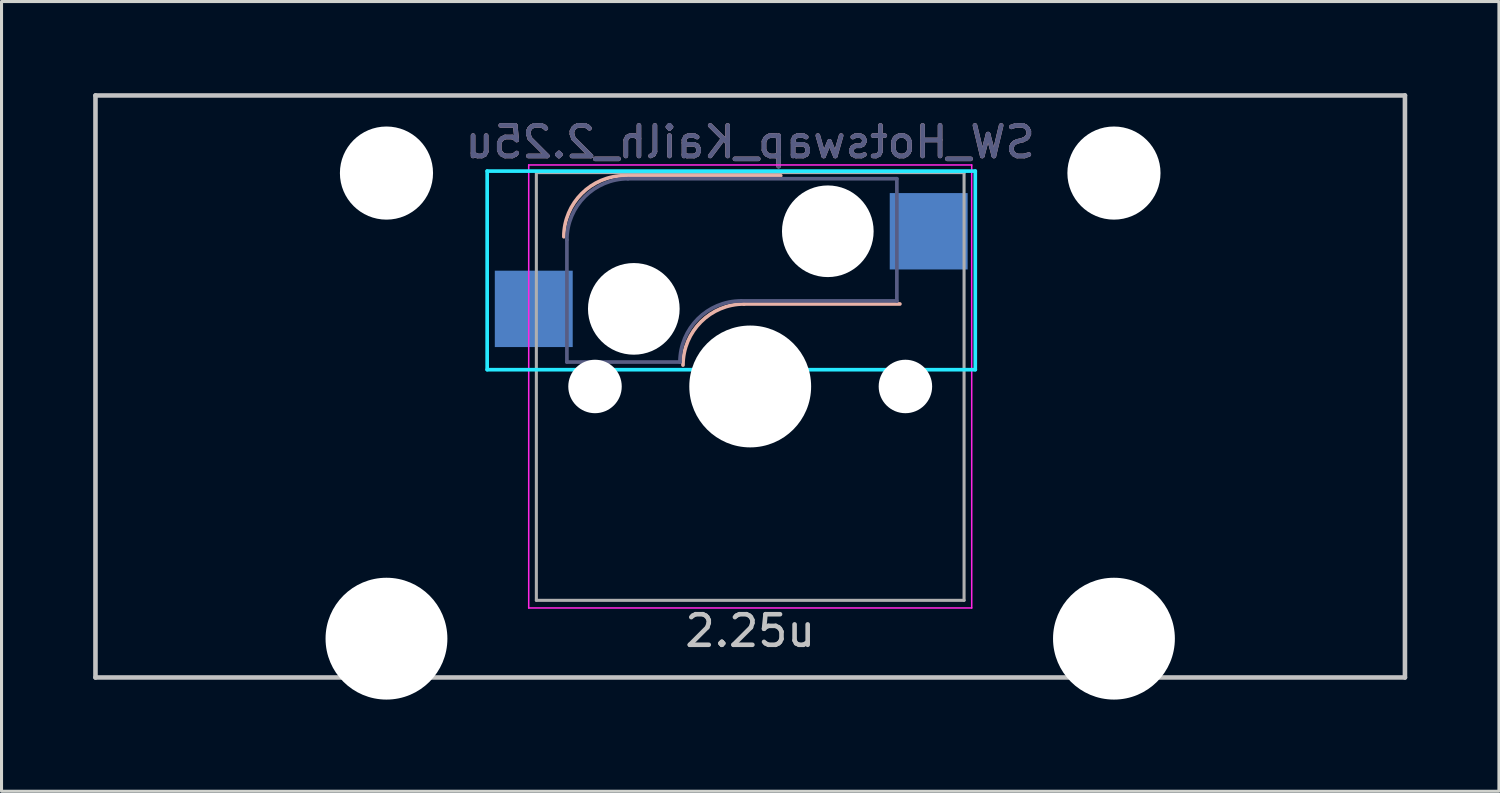
<source format=kicad_pcb>
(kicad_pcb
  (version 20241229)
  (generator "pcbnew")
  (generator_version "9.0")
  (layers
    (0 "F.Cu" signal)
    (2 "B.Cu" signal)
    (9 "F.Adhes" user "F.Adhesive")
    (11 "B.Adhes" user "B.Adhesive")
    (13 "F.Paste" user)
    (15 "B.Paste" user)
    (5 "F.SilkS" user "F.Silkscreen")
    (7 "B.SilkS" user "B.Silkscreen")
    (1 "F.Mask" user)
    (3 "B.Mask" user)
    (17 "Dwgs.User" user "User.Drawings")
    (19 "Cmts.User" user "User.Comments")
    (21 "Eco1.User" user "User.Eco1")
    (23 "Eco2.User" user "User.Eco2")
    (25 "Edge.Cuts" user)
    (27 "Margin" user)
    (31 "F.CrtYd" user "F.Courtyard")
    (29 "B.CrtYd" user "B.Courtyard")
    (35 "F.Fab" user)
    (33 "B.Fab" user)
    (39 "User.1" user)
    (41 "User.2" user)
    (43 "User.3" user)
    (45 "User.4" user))
  (footprint "SW_Hotswap_Kailh_2.25u"
    (layer "F.Cu")
    (at 21.506 9.6)
    (property "Reference" "SW_Hotswap_Kailh_2.25u" (at 0 -8 0) (layer "B.SilkS") (effects (font (size 1 1) (thickness 0.15)) (justify mirror)))
    (attr through_hole)
    (fp_line (start 1 -6.9) (end -4.1 -6.9) (stroke (width 0.12) (type solid)) (layer "B.SilkS"))
    (fp_line (start 4.9 -2.7) (end -0.2 -2.7) (stroke (width 0.12) (type solid)) (layer "B.SilkS"))
    (fp_arc (start -6.1 -4.9) (mid -5.514214 -6.314214) (end -4.1 -6.9) (stroke (width 0.12) (type solid)) (layer "B.SilkS"))
    (fp_arc (start -2.2 -0.7) (mid -1.614214 -2.114214) (end -0.2 -2.7) (stroke (width 0.12) (type solid)) (layer "B.SilkS"))
    (fp_line (start -21.431 -9.525) (end 21.431 -9.525) (stroke (width 0.15) (type solid)) (layer "Dwgs.User"))
    (fp_line (start -21.431 9.525) (end -21.431 -9.525) (stroke (width 0.15) (type solid)) (layer "Dwgs.User"))
    (fp_line (start -21.431 9.525) (end 21.431 9.525) (stroke (width 0.15) (type solid)) (layer "Dwgs.User"))
    (fp_line (start 21.431 -9.525) (end 21.431 9.525) (stroke (width 0.15) (type solid)) (layer "Dwgs.User"))
    (fp_line (start -8.61 -7.05) (end 7.367 -7.05) (stroke (width 0.12) (type solid)) (layer "B.CrtYd"))
    (fp_line (start -8.61 -0.55) (end -8.61 -7.05) (stroke (width 0.12) (type solid)) (layer "B.CrtYd"))
    (fp_line (start -8.61 -0.55) (end 7.367 -0.55) (stroke (width 0.12) (type solid)) (layer "B.CrtYd"))
    (fp_line (start 7.367 -7.05) (end 7.367 -0.55) (stroke (width 0.12) (type solid)) (layer "B.CrtYd"))
    (fp_line (start -7.25 -7.25) (end 7.25 -7.25) (stroke (width 0.05) (type solid)) (layer "F.CrtYd"))
    (fp_line (start -7.25 7.25) (end -7.25 -7.25) (stroke (width 0.05) (type solid)) (layer "F.CrtYd"))
    (fp_line (start 7.25 -7.25) (end 7.25 7.25) (stroke (width 0.05) (type solid)) (layer "F.CrtYd"))
    (fp_line (start 7.25 7.25) (end -7.25 7.25) (stroke (width 0.05) (type solid)) (layer "F.CrtYd"))
    (fp_line (start -6 -0.8) (end -6 -4.8) (stroke (width 0.12) (type solid)) (layer "B.Fab"))
    (fp_line (start -6 -0.8) (end -2.3 -0.8) (stroke (width 0.12) (type solid)) (layer "B.Fab"))
    (fp_line (start -4 -6.8) (end 4.8 -6.8) (stroke (width 0.12) (type solid)) (layer "B.Fab"))
    (fp_line (start -0.3 -2.8) (end 4.8 -2.8) (stroke (width 0.12) (type solid)) (layer "B.Fab"))
    (fp_line (start 4.8 -6.8) (end 4.8 -2.8) (stroke (width 0.12) (type solid)) (layer "B.Fab"))
    (fp_arc (start -6 -4.8) (mid -5.414214 -6.214214) (end -4 -6.8) (stroke (width 0.12) (type solid)) (layer "B.Fab"))
    (fp_arc (start -2.3 -0.8) (mid -1.714214 -2.214214) (end -0.3 -2.8) (stroke (width 0.12) (type solid)) (layer "B.Fab"))
    (fp_line (start -7 -7) (end 7 -7) (stroke (width 0.1) (type solid)) (layer "F.Fab"))
    (fp_line (start -7 7) (end -7 -7) (stroke (width 0.1) (type solid)) (layer "F.Fab"))
    (fp_line (start 7 -7) (end 7 7) (stroke (width 0.1) (type solid)) (layer "F.Fab"))
    (fp_line (start 7 7) (end -7 7) (stroke (width 0.1) (type solid)) (layer "F.Fab"))
    (fp_text user "2.25u" (at 0 8 0) (layer "Dwgs.User") (effects (font (size 1 1) (thickness 0.15))))
    (fp_text user "${REFERENCE}" (at 0 -8 0) (layer "B.Fab") (effects (font (size 1 1) (thickness 0.15)) (justify mirror)))
    (pad "" np_thru_hole circle (at -11.906 -6.985) (size 3.048 3.048) (drill 3.048) (layers "*.Cu" "*.Mask"))
    (pad "" np_thru_hole circle (at -11.906 8.255) (size 3.988 3.988) (drill 3.988) (layers "*.Cu" "*.Mask"))
    (pad "" np_thru_hole circle (at -5.08 0 48.1) (size 1.75 1.75) (drill 1.75) (layers "*.Cu" "*.Mask"))
    (pad "" np_thru_hole circle (at -3.81 -2.54) (size 3 3) (drill 3) (layers "*.Cu" "*.Mask"))
    (pad "" np_thru_hole circle (at 0 0) (size 3.988 3.988) (drill 3.988) (layers "*.Cu" "*.Mask"))
    (pad "" np_thru_hole circle (at 2.54 -5.08) (size 3 3) (drill 3) (layers "*.Cu" "*.Mask"))
    (pad "" np_thru_hole circle (at 5.08 0 48.1) (size 1.75 1.75) (drill 1.75) (layers "*.Cu" "*.Mask"))
    (pad "" np_thru_hole circle (at 11.906 -6.985) (size 3.048 3.048) (drill 3.048) (layers "*.Cu" "*.Mask"))
    (pad "" np_thru_hole circle (at 11.906 8.255) (size 3.988 3.988) (drill 3.988) (layers "*.Cu" "*.Mask"))
    (pad "1" smd rect (at -7.085 -2.54) (size 2.55 2.5) (layers "B.Cu" "B.Mask" "B.Paste"))
    (pad "2" smd rect (at 5.842 -5.08) (size 2.55 2.5) (layers "B.Cu" "B.Mask" "B.Paste")))
  (gr_rect
    (start -3 -3)
    (end 46.013 22.849)
    (stroke (width 0.1) (type default))
    (fill no)
    (layer "Edge.Cuts")))
</source>
